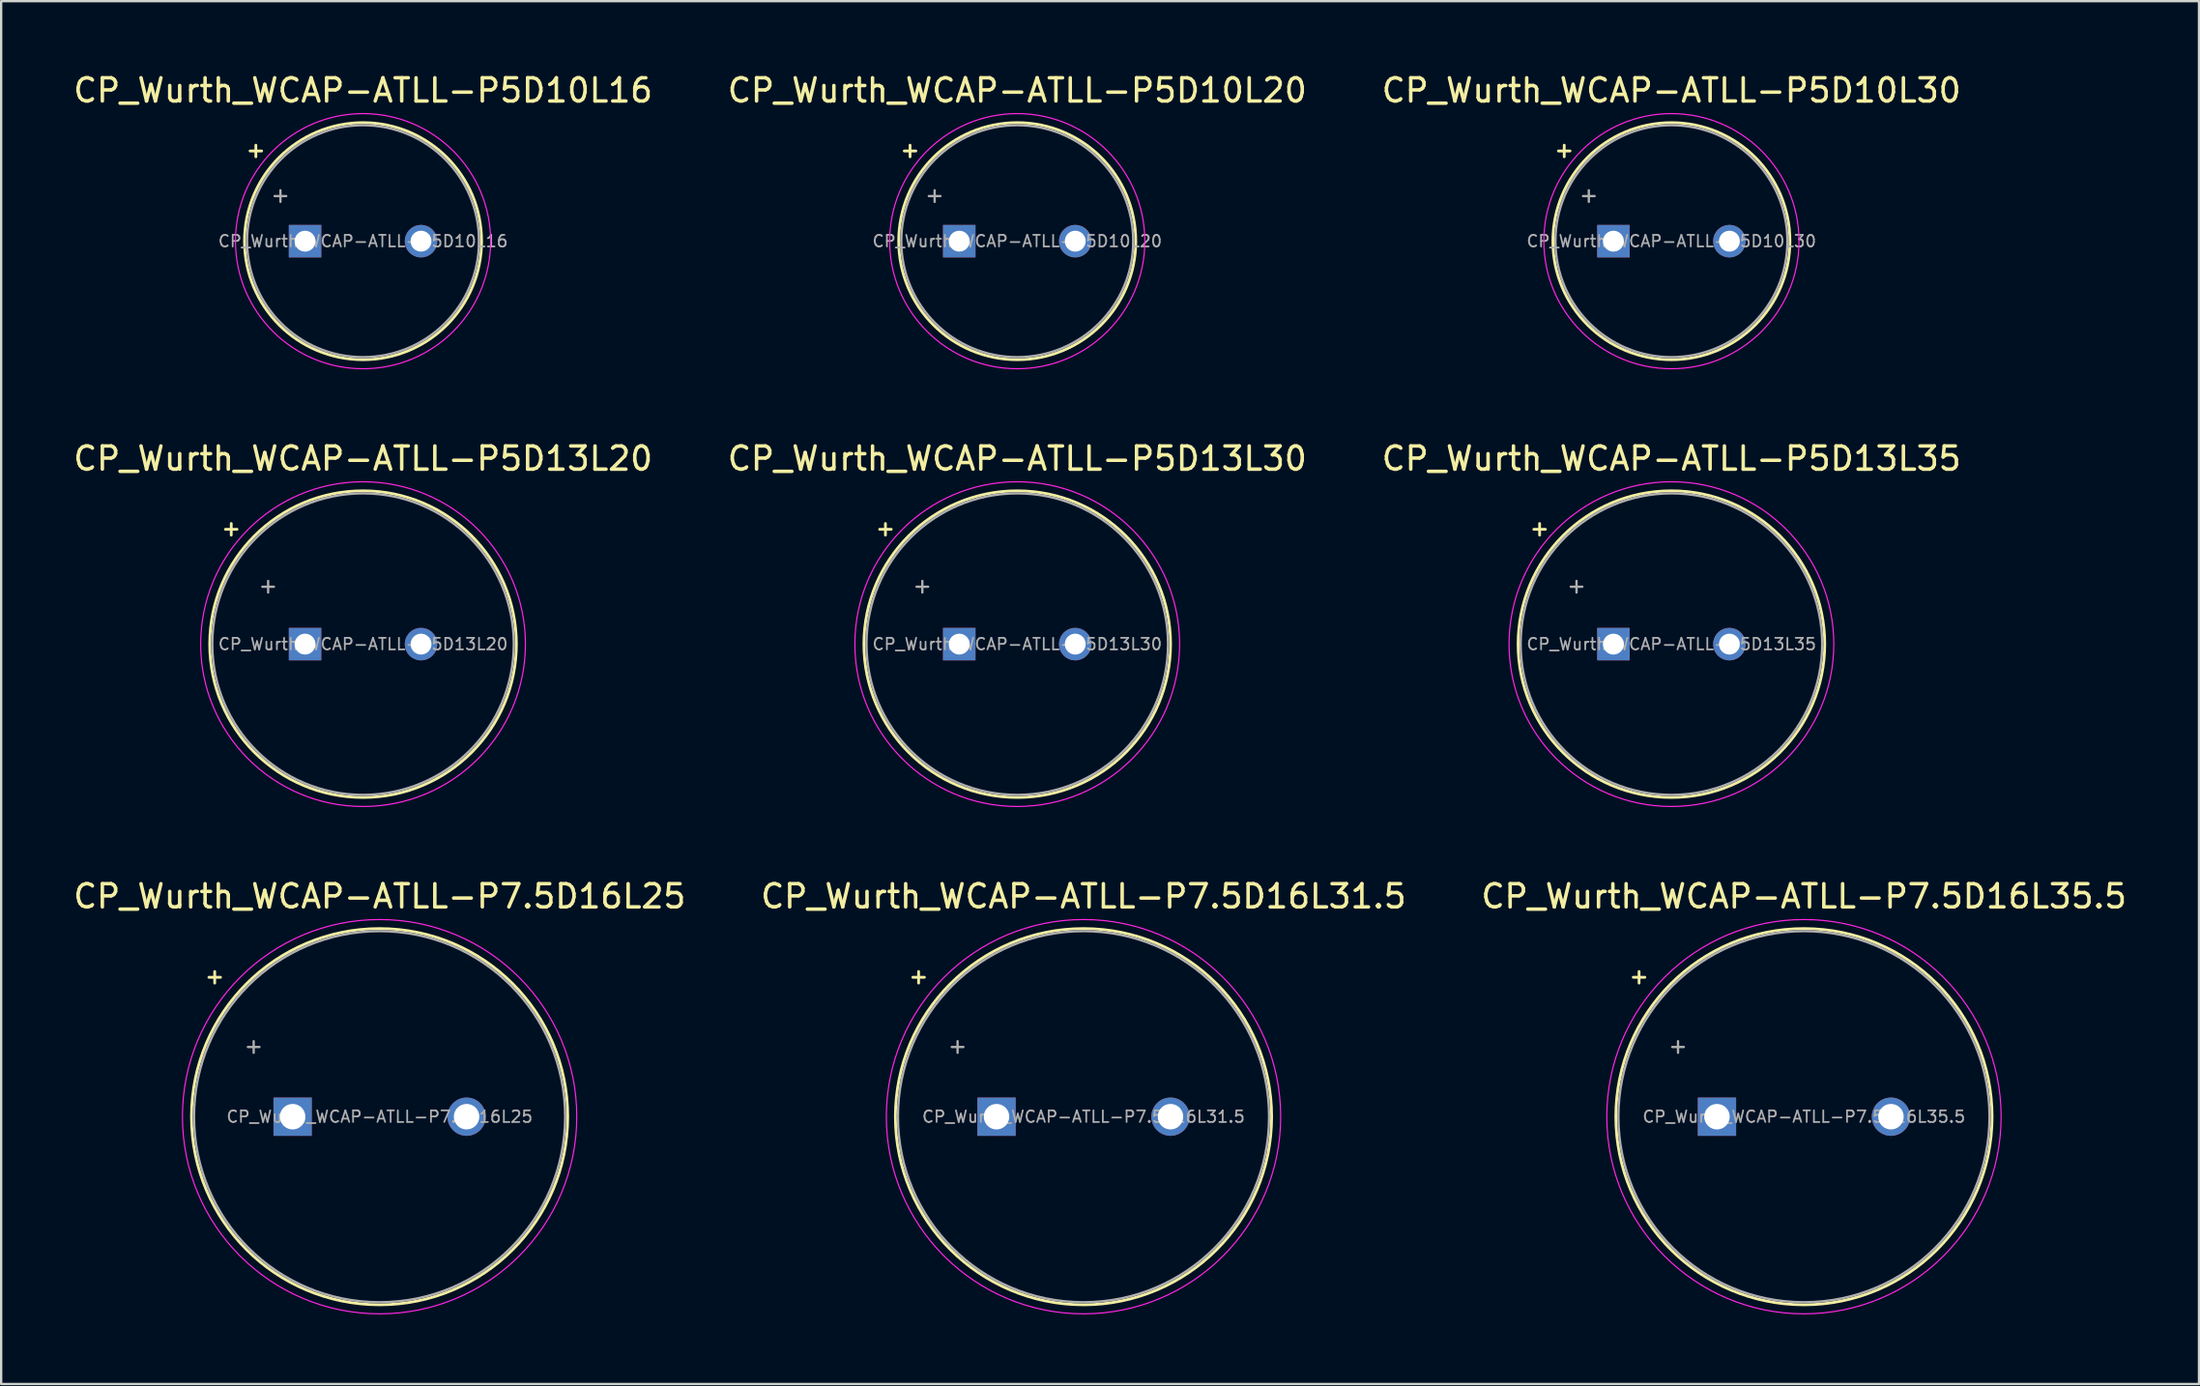
<source format=kicad_pcb>
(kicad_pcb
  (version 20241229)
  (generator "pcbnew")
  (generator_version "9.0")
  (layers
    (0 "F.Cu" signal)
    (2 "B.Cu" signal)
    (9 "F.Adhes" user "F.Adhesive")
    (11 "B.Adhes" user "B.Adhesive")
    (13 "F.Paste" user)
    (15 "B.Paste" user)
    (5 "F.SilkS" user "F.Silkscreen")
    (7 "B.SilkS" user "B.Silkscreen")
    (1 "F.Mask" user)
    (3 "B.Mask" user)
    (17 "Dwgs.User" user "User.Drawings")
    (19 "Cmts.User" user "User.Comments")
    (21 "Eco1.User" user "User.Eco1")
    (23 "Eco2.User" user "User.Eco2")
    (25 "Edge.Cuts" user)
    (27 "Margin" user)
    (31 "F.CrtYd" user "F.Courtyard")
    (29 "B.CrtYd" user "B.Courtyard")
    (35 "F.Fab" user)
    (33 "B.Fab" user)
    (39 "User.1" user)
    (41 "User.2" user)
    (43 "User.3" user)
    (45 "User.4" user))
  (footprint "CP_Wurth_WCAP-ATLL-P7.5D16L31.5"
    (layer "F.Cu")
    (at 39.911 45.095)
    (property "Reference" "CP_Wurth_WCAP-ATLL-P7.5D16L31.5" (at 3.75 -9.5 0) (unlocked yes) (layer "F.SilkS") (effects (font (size 1 1) (thickness 0.15))))
    (attr through_hole)
    (fp_line (start -3.609 -6.01) (end -3.109 -6.01) (stroke (width 0.12) (type solid)) (layer "F.SilkS"))
    (fp_line (start -3.359 -5.76) (end -3.359 -6.26) (stroke (width 0.12) (type solid)) (layer "F.SilkS"))
    (fp_circle (center 3.75 0) (end 11.86 0) (stroke (width 0.12) (type solid)) (fill no) (layer "F.SilkS"))
    (fp_circle (center 3.75 0) (end 12.25 0) (stroke (width 0.05) (type solid)) (fill no) (layer "F.CrtYd"))
    (fp_line (start -1.929 -3.005) (end -1.429 -3.005) (stroke (width 0.1) (type default)) (layer "F.Fab"))
    (fp_line (start -1.679 -2.755) (end -1.679 -3.255) (stroke (width 0.1) (type default)) (layer "F.Fab"))
    (fp_circle (center 3.75 0) (end 11.75 0) (stroke (width 0.1) (type solid)) (fill no) (layer "F.Fab"))
    (fp_text user "${REFERENCE}" (at 3.75 0 0) (unlocked yes) (layer "F.Fab") (effects (font (size 0.5 0.5) (thickness 0.075))))
    (pad "1" thru_hole rect (at 0 0) (size 1.65 1.65) (drill 1.1) (layers "*.Cu" "*.Mask"))
    (pad "2" thru_hole circle (at 7.5 0) (size 1.65 1.65) (drill 1.1) (layers "*.Cu" "*.Mask")))
  (footprint "CP_Wurth_WCAP-ATLL-P5D13L30"
    (layer "F.Cu")
    (at 38.304 24.721)
    (property "Reference" "CP_Wurth_WCAP-ATLL-P5D13L30" (at 2.5 -8 0) (unlocked yes) (layer "F.SilkS") (effects (font (size 1 1) (thickness 0.15))))
    (attr through_hole)
    (fp_line (start -3.432 -4.95) (end -2.932 -4.95) (stroke (width 0.12) (type solid)) (layer "F.SilkS"))
    (fp_line (start -3.182 -4.7) (end -3.182 -5.2) (stroke (width 0.12) (type solid)) (layer "F.SilkS"))
    (fp_circle (center 2.5 0) (end 9.11 0) (stroke (width 0.12) (type solid)) (fill no) (layer "F.SilkS"))
    (fp_circle (center 2.5 0) (end 9.5 0) (stroke (width 0.05) (type solid)) (fill no) (layer "F.CrtYd"))
    (fp_line (start -1.841 -2.475) (end -1.341 -2.475) (stroke (width 0.1) (type default)) (layer "F.Fab"))
    (fp_line (start -1.591 -2.225) (end -1.591 -2.725) (stroke (width 0.1) (type default)) (layer "F.Fab"))
    (fp_circle (center 2.5 0) (end 9 0) (stroke (width 0.1) (type solid)) (fill no) (layer "F.Fab"))
    (fp_text user "${REFERENCE}" (at 2.5 0 0) (unlocked yes) (layer "F.Fab") (effects (font (size 0.5 0.5) (thickness 0.075))))
    (pad "1" thru_hole rect (at 0 0) (size 1.4 1.4) (drill 0.9) (layers "*.Cu" "*.Mask"))
    (pad "2" thru_hole circle (at 5 0) (size 1.4 1.4) (drill 0.9) (layers "*.Cu" "*.Mask")))
  (footprint "CP_Wurth_WCAP-ATLL-P5D10L16"
    (layer "F.Cu")
    (at 10.101 7.348)
    (property "Reference" "CP_Wurth_WCAP-ATLL-P5D10L16" (at 2.5 -6.5 0) (unlocked yes) (layer "F.SilkS") (effects (font (size 1 1) (thickness 0.15))))
    (attr through_hole)
    (fp_line (start -2.371 -3.889) (end -1.871 -3.889) (stroke (width 0.12) (type solid)) (layer "F.SilkS"))
    (fp_line (start -2.121 -3.639) (end -2.121 -4.139) (stroke (width 0.12) (type solid)) (layer "F.SilkS"))
    (fp_circle (center 2.5 0) (end 7.61 0) (stroke (width 0.12) (type solid)) (fill no) (layer "F.SilkS"))
    (fp_circle (center 2.5 0) (end 8 0) (stroke (width 0.05) (type solid)) (fill no) (layer "F.CrtYd"))
    (fp_line (start -1.311 -1.945) (end -0.811 -1.945) (stroke (width 0.1) (type default)) (layer "F.Fab"))
    (fp_line (start -1.061 -1.695) (end -1.061 -2.195) (stroke (width 0.1) (type default)) (layer "F.Fab"))
    (fp_circle (center 2.5 0) (end 7.5 0) (stroke (width 0.1) (type solid)) (fill no) (layer "F.Fab"))
    (fp_text user "${REFERENCE}" (at 2.5 0 0) (unlocked yes) (layer "F.Fab") (effects (font (size 0.5 0.5) (thickness 0.075))))
    (pad "1" thru_hole rect (at 0 0) (size 1.4 1.4) (drill 0.9) (layers "*.Cu" "*.Mask"))
    (pad "2" thru_hole circle (at 5 0) (size 1.4 1.4) (drill 0.9) (layers "*.Cu" "*.Mask")))
  (footprint "CP_Wurth_WCAP-ATLL-P5D13L20"
    (layer "F.Cu")
    (at 10.101 24.721)
    (property "Reference" "CP_Wurth_WCAP-ATLL-P5D13L20" (at 2.5 -8 0) (unlocked yes) (layer "F.SilkS") (effects (font (size 1 1) (thickness 0.15))))
    (attr through_hole)
    (fp_line (start -3.432 -4.95) (end -2.932 -4.95) (stroke (width 0.12) (type solid)) (layer "F.SilkS"))
    (fp_line (start -3.182 -4.7) (end -3.182 -5.2) (stroke (width 0.12) (type solid)) (layer "F.SilkS"))
    (fp_circle (center 2.5 0) (end 9.11 0) (stroke (width 0.12) (type solid)) (fill no) (layer "F.SilkS"))
    (fp_circle (center 2.5 0) (end 9.5 0) (stroke (width 0.05) (type solid)) (fill no) (layer "F.CrtYd"))
    (fp_line (start -1.841 -2.475) (end -1.341 -2.475) (stroke (width 0.1) (type default)) (layer "F.Fab"))
    (fp_line (start -1.591 -2.225) (end -1.591 -2.725) (stroke (width 0.1) (type default)) (layer "F.Fab"))
    (fp_circle (center 2.5 0) (end 9 0) (stroke (width 0.1) (type solid)) (fill no) (layer "F.Fab"))
    (fp_text user "${REFERENCE}" (at 2.5 0 0) (unlocked yes) (layer "F.Fab") (effects (font (size 0.5 0.5) (thickness 0.075))))
    (pad "1" thru_hole rect (at 0 0) (size 1.4 1.4) (drill 0.9) (layers "*.Cu" "*.Mask"))
    (pad "2" thru_hole circle (at 5 0) (size 1.4 1.4) (drill 0.9) (layers "*.Cu" "*.Mask")))
  (footprint "CP_Wurth_WCAP-ATLL-P7.5D16L35.5"
    (layer "F.Cu")
    (at 70.97 45.095)
    (property "Reference" "CP_Wurth_WCAP-ATLL-P7.5D16L35.5" (at 3.75 -9.5 0) (unlocked yes) (layer "F.SilkS") (effects (font (size 1 1) (thickness 0.15))))
    (attr through_hole)
    (fp_line (start -3.609 -6.01) (end -3.109 -6.01) (stroke (width 0.12) (type solid)) (layer "F.SilkS"))
    (fp_line (start -3.359 -5.76) (end -3.359 -6.26) (stroke (width 0.12) (type solid)) (layer "F.SilkS"))
    (fp_circle (center 3.75 0) (end 11.86 0) (stroke (width 0.12) (type solid)) (fill no) (layer "F.SilkS"))
    (fp_circle (center 3.75 0) (end 12.25 0) (stroke (width 0.05) (type solid)) (fill no) (layer "F.CrtYd"))
    (fp_line (start -1.929 -3.005) (end -1.429 -3.005) (stroke (width 0.1) (type default)) (layer "F.Fab"))
    (fp_line (start -1.679 -2.755) (end -1.679 -3.255) (stroke (width 0.1) (type default)) (layer "F.Fab"))
    (fp_circle (center 3.75 0) (end 11.75 0) (stroke (width 0.1) (type solid)) (fill no) (layer "F.Fab"))
    (fp_text user "${REFERENCE}" (at 3.75 0 0) (unlocked yes) (layer "F.Fab") (effects (font (size 0.5 0.5) (thickness 0.075))))
    (pad "1" thru_hole rect (at 0 0) (size 1.65 1.65) (drill 1.1) (layers "*.Cu" "*.Mask"))
    (pad "2" thru_hole circle (at 7.5 0) (size 1.65 1.65) (drill 1.1) (layers "*.Cu" "*.Mask")))
  (footprint "CP_Wurth_WCAP-ATLL-P5D10L30"
    (layer "F.Cu")
    (at 66.506 7.348)
    (property "Reference" "CP_Wurth_WCAP-ATLL-P5D10L30" (at 2.5 -6.5 0) (unlocked yes) (layer "F.SilkS") (effects (font (size 1 1) (thickness 0.15))))
    (attr through_hole)
    (fp_line (start -2.371 -3.889) (end -1.871 -3.889) (stroke (width 0.12) (type solid)) (layer "F.SilkS"))
    (fp_line (start -2.121 -3.639) (end -2.121 -4.139) (stroke (width 0.12) (type solid)) (layer "F.SilkS"))
    (fp_circle (center 2.5 0) (end 7.61 0) (stroke (width 0.12) (type solid)) (fill no) (layer "F.SilkS"))
    (fp_circle (center 2.5 0) (end 8 0) (stroke (width 0.05) (type solid)) (fill no) (layer "F.CrtYd"))
    (fp_line (start -1.311 -1.945) (end -0.811 -1.945) (stroke (width 0.1) (type default)) (layer "F.Fab"))
    (fp_line (start -1.061 -1.695) (end -1.061 -2.195) (stroke (width 0.1) (type default)) (layer "F.Fab"))
    (fp_circle (center 2.5 0) (end 7.5 0) (stroke (width 0.1) (type solid)) (fill no) (layer "F.Fab"))
    (fp_text user "${REFERENCE}" (at 2.5 0 0) (unlocked yes) (layer "F.Fab") (effects (font (size 0.5 0.5) (thickness 0.075))))
    (pad "1" thru_hole rect (at 0 0) (size 1.4 1.4) (drill 0.9) (layers "*.Cu" "*.Mask"))
    (pad "2" thru_hole circle (at 5 0) (size 1.4 1.4) (drill 0.9) (layers "*.Cu" "*.Mask")))
  (footprint "CP_Wurth_WCAP-ATLL-P5D10L20"
    (layer "F.Cu")
    (at 38.304 7.348)
    (property "Reference" "CP_Wurth_WCAP-ATLL-P5D10L20" (at 2.5 -6.5 0) (unlocked yes) (layer "F.SilkS") (effects (font (size 1 1) (thickness 0.15))))
    (attr through_hole)
    (fp_line (start -2.371 -3.889) (end -1.871 -3.889) (stroke (width 0.12) (type solid)) (layer "F.SilkS"))
    (fp_line (start -2.121 -3.639) (end -2.121 -4.139) (stroke (width 0.12) (type solid)) (layer "F.SilkS"))
    (fp_circle (center 2.5 0) (end 7.61 0) (stroke (width 0.12) (type solid)) (fill no) (layer "F.SilkS"))
    (fp_circle (center 2.5 0) (end 8 0) (stroke (width 0.05) (type solid)) (fill no) (layer "F.CrtYd"))
    (fp_line (start -1.311 -1.945) (end -0.811 -1.945) (stroke (width 0.1) (type default)) (layer "F.Fab"))
    (fp_line (start -1.061 -1.695) (end -1.061 -2.195) (stroke (width 0.1) (type default)) (layer "F.Fab"))
    (fp_circle (center 2.5 0) (end 7.5 0) (stroke (width 0.1) (type solid)) (fill no) (layer "F.Fab"))
    (fp_text user "${REFERENCE}" (at 2.5 0 0) (unlocked yes) (layer "F.Fab") (effects (font (size 0.5 0.5) (thickness 0.075))))
    (pad "1" thru_hole rect (at 0 0) (size 1.4 1.4) (drill 0.9) (layers "*.Cu" "*.Mask"))
    (pad "2" thru_hole circle (at 5 0) (size 1.4 1.4) (drill 0.9) (layers "*.Cu" "*.Mask")))
  (footprint "CP_Wurth_WCAP-ATLL-P7.5D16L25"
    (layer "F.Cu")
    (at 9.565 45.095)
    (property "Reference" "CP_Wurth_WCAP-ATLL-P7.5D16L25" (at 3.75 -9.5 0) (unlocked yes) (layer "F.SilkS") (effects (font (size 1 1) (thickness 0.15))))
    (attr through_hole)
    (fp_line (start -3.609 -6.01) (end -3.109 -6.01) (stroke (width 0.12) (type solid)) (layer "F.SilkS"))
    (fp_line (start -3.359 -5.76) (end -3.359 -6.26) (stroke (width 0.12) (type solid)) (layer "F.SilkS"))
    (fp_circle (center 3.75 0) (end 11.86 0) (stroke (width 0.12) (type solid)) (fill no) (layer "F.SilkS"))
    (fp_circle (center 3.75 0) (end 12.25 0) (stroke (width 0.05) (type solid)) (fill no) (layer "F.CrtYd"))
    (fp_line (start -1.929 -3.005) (end -1.429 -3.005) (stroke (width 0.1) (type default)) (layer "F.Fab"))
    (fp_line (start -1.679 -2.755) (end -1.679 -3.255) (stroke (width 0.1) (type default)) (layer "F.Fab"))
    (fp_circle (center 3.75 0) (end 11.75 0) (stroke (width 0.1) (type solid)) (fill no) (layer "F.Fab"))
    (fp_text user "${REFERENCE}" (at 3.75 0 0) (unlocked yes) (layer "F.Fab") (effects (font (size 0.5 0.5) (thickness 0.075))))
    (pad "1" thru_hole rect (at 0 0) (size 1.65 1.65) (drill 1.1) (layers "*.Cu" "*.Mask"))
    (pad "2" thru_hole circle (at 7.5 0) (size 1.65 1.65) (drill 1.1) (layers "*.Cu" "*.Mask")))
  (footprint "CP_Wurth_WCAP-ATLL-P5D13L35"
    (layer "F.Cu")
    (at 66.506 24.721)
    (property "Reference" "CP_Wurth_WCAP-ATLL-P5D13L35" (at 2.5 -8 0) (unlocked yes) (layer "F.SilkS") (effects (font (size 1 1) (thickness 0.15))))
    (attr through_hole)
    (fp_line (start -3.432 -4.95) (end -2.932 -4.95) (stroke (width 0.12) (type solid)) (layer "F.SilkS"))
    (fp_line (start -3.182 -4.7) (end -3.182 -5.2) (stroke (width 0.12) (type solid)) (layer "F.SilkS"))
    (fp_circle (center 2.5 0) (end 9.11 0) (stroke (width 0.12) (type solid)) (fill no) (layer "F.SilkS"))
    (fp_circle (center 2.5 0) (end 9.5 0) (stroke (width 0.05) (type solid)) (fill no) (layer "F.CrtYd"))
    (fp_line (start -1.841 -2.475) (end -1.341 -2.475) (stroke (width 0.1) (type default)) (layer "F.Fab"))
    (fp_line (start -1.591 -2.225) (end -1.591 -2.725) (stroke (width 0.1) (type default)) (layer "F.Fab"))
    (fp_circle (center 2.5 0) (end 9 0) (stroke (width 0.1) (type solid)) (fill no) (layer "F.Fab"))
    (fp_text user "${REFERENCE}" (at 2.5 0 0) (unlocked yes) (layer "F.Fab") (effects (font (size 0.5 0.5) (thickness 0.075))))
    (pad "1" thru_hole rect (at 0 0) (size 1.4 1.4) (drill 0.9) (layers "*.Cu" "*.Mask"))
    (pad "2" thru_hole circle (at 5 0) (size 1.4 1.4) (drill 0.9) (layers "*.Cu" "*.Mask")))
  (gr_rect
    (start -3 -3)
    (end 91.75 56.62)
    (stroke (width 0.1) (type default))
    (fill no)
    (layer "Edge.Cuts")))
</source>
